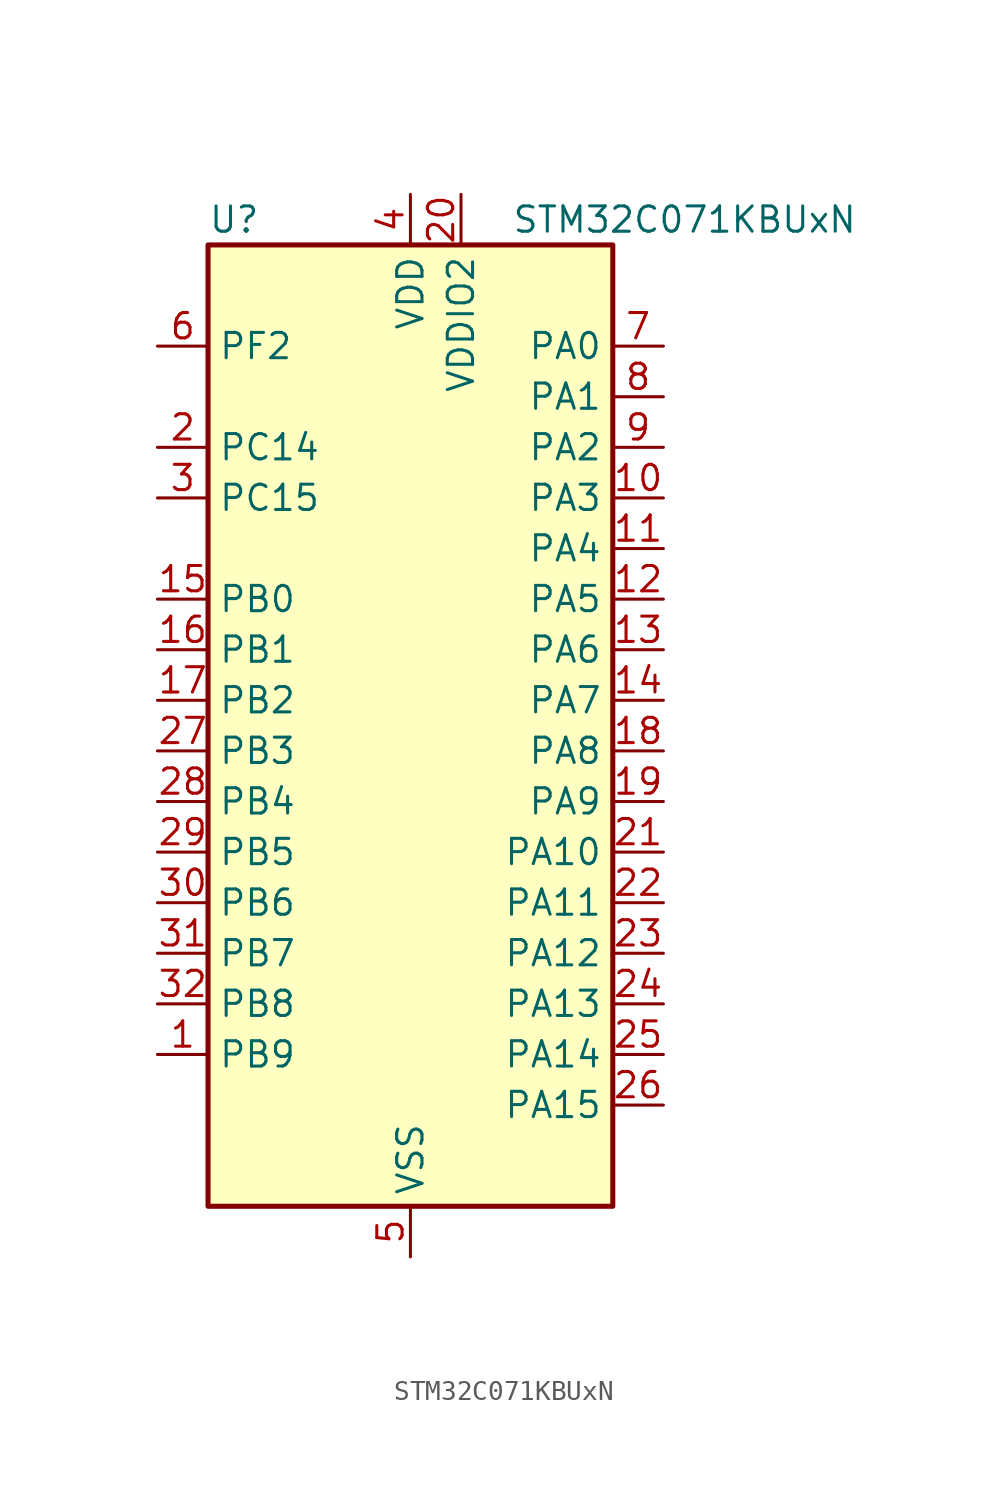
<source format=kicad_sym>
(kicad_symbol_lib
  (version 20241209)
  (generator "kicad_symbol_editor")
  (generator_version "9.0")
  (symbol "STM32C071KBUxN"
    (property "Reference" "U"
      (at -10.16 26.67 0)
      (effects (font (size 1.27 1.27)) (justify left)))
    (property "Value" "STM32C071KBUxN"
      (at 5.08 26.67 0)
      (effects (font (size 1.27 1.27)) (justify left)))
    (symbol "STM32C071KBUxN_0_1"
      (rectangle (start -10.16 -22.86) (end 10.16 25.4) (stroke (width 0.254) (type default)) (fill (type background))))
    (symbol "STM32C071KBUxN_1_1"
      (pin bidirectional line (at -12.7 20.32 0) (length 2.54) (name "PF2" (effects (font (size 1.27 1.27)))) (number "6" (effects (font (size 1.27 1.27)))) (alternate "RCC_MCO" bidirectional line) (alternate "TIM1_CH4" bidirectional line))
      (pin bidirectional line (at -12.7 15.24 0) (length 2.54) (name "PC14" (effects (font (size 1.27 1.27)))) (number "2" (effects (font (size 1.27 1.27)))) (alternate "I2C1_SDA" bidirectional line) (alternate "IR_OUT" bidirectional line) (alternate "RCC_OSCX_IN" bidirectional line) (alternate "SPI2_NSS" bidirectional line) (alternate "TIM17_CH1" bidirectional line) (alternate "TIM1_BKIN2" bidirectional line) (alternate "TIM1_ETR" bidirectional line) (alternate "TIM3_CH2" bidirectional line) (alternate "USART1_TX" bidirectional line) (alternate "USART2_CK" bidirectional line) (alternate "USART2_DE" bidirectional line) (alternate "USART2_RTS" bidirectional line))
      (pin bidirectional line (at -12.7 12.7 0) (length 2.54) (name "PC15" (effects (font (size 1.27 1.27)))) (number "3" (effects (font (size 1.27 1.27)))) (alternate "RCC_OSC32_EN" bidirectional line) (alternate "RCC_OSCX_OUT" bidirectional line) (alternate "RCC_OSC_EN" bidirectional line) (alternate "TIM1_ETR" bidirectional line) (alternate "TIM3_CH3" bidirectional line))
      (pin bidirectional line (at -12.7 7.62 0) (length 2.54) (name "PB0" (effects (font (size 1.27 1.27)))) (number "15" (effects (font (size 1.27 1.27)))) (alternate "ADC1_IN17" bidirectional line) (alternate "I2S1_WS" bidirectional line) (alternate "SPI1_NSS" bidirectional line) (alternate "TIM1_CH2N" bidirectional line) (alternate "TIM3_CH3" bidirectional line))
      (pin bidirectional line (at -12.7 5.08 0) (length 2.54) (name "PB1" (effects (font (size 1.27 1.27)))) (number "16" (effects (font (size 1.27 1.27)))) (alternate "ADC1_IN18" bidirectional line) (alternate "TIM14_CH1" bidirectional line) (alternate "TIM1_CH2N" bidirectional line) (alternate "TIM1_CH3N" bidirectional line) (alternate "TIM3_CH4" bidirectional line))
      (pin bidirectional line (at -12.7 2.54 0) (length 2.54) (name "PB2" (effects (font (size 1.27 1.27)))) (number "17" (effects (font (size 1.27 1.27)))) (alternate "ADC1_IN19" bidirectional line) (alternate "RCC_MCO2" bidirectional line) (alternate "SPI2_MISO" bidirectional line) (alternate "USART1_RX" bidirectional line))
      (pin bidirectional line (at -12.7 0 0) (length 2.54) (name "PB3" (effects (font (size 1.27 1.27)))) (number "27" (effects (font (size 1.27 1.27)))) (alternate "I2C2_SCL" bidirectional line) (alternate "I2S1_CK" bidirectional line) (alternate "SPI1_SCK" bidirectional line) (alternate "TIM1_CH2" bidirectional line) (alternate "TIM2_CH2" bidirectional line) (alternate "TIM3_CH2" bidirectional line) (alternate "USART1_CK" bidirectional line) (alternate "USART1_DE" bidirectional line) (alternate "USART1_RTS" bidirectional line))
      (pin bidirectional line (at -12.7 -2.54 0) (length 2.54) (name "PB4" (effects (font (size 1.27 1.27)))) (number "28" (effects (font (size 1.27 1.27)))) (alternate "I2C2_SDA" bidirectional line) (alternate "I2S1_MCK" bidirectional line) (alternate "SPI1_MISO" bidirectional line) (alternate "TIM17_BKIN" bidirectional line) (alternate "TIM3_CH1" bidirectional line) (alternate "USART1_CTS" bidirectional line) (alternate "USART1_NSS" bidirectional line))
      (pin bidirectional line (at -12.7 -5.08 0) (length 2.54) (name "PB5" (effects (font (size 1.27 1.27)))) (number "29" (effects (font (size 1.27 1.27)))) (alternate "I2C1_SMBA" bidirectional line) (alternate "I2S1_SD" bidirectional line) (alternate "PWR_WKUP6" bidirectional line) (alternate "SPI1_MOSI" bidirectional line) (alternate "TIM16_BKIN" bidirectional line) (alternate "TIM3_CH2" bidirectional line) (alternate "TIM3_CH3" bidirectional line))
      (pin bidirectional line (at -12.7 -7.62 0) (length 2.54) (name "PB6" (effects (font (size 1.27 1.27)))) (number "30" (effects (font (size 1.27 1.27)))) (alternate "I2C1_SCL" bidirectional line) (alternate "I2C1_SMBA" bidirectional line) (alternate "I2S1_CK" bidirectional line) (alternate "I2S1_MCK" bidirectional line) (alternate "I2S1_SD" bidirectional line) (alternate "PWR_WKUP3" bidirectional line) (alternate "SPI1_MISO" bidirectional line) (alternate "SPI1_MOSI" bidirectional line) (alternate "SPI1_SCK" bidirectional line) (alternate "SPI2_MISO" bidirectional line) (alternate "TIM16_BKIN" bidirectional line) (alternate "TIM16_CH1N" bidirectional line) (alternate "TIM17_BKIN" bidirectional line) (alternate "TIM1_CH2" bidirectional line) (alternate "TIM1_CH3" bidirectional line) (alternate "TIM3_CH1" bidirectional line) (alternate "TIM3_CH2" bidirectional line) (alternate "TIM3_CH3" bidirectional line) (alternate "USART1_CTS" bidirectional line) (alternate "USART1_NSS" bidirectional line) (alternate "USART1_TX" bidirectional line))
      (pin bidirectional line (at -12.7 -10.16 0) (length 2.54) (name "PB7" (effects (font (size 1.27 1.27)))) (number "31" (effects (font (size 1.27 1.27)))) (alternate "I2C1_SCL" bidirectional line) (alternate "I2C1_SDA" bidirectional line) (alternate "RTC_REFIN" bidirectional line) (alternate "SPI2_MOSI" bidirectional line) (alternate "TIM16_CH1" bidirectional line) (alternate "TIM17_CH1N" bidirectional line) (alternate "TIM1_CH4" bidirectional line) (alternate "TIM3_CH1" bidirectional line) (alternate "TIM3_CH4" bidirectional line) (alternate "USART1_RX" bidirectional line) (alternate "USART2_CTS" bidirectional line) (alternate "USART2_NSS" bidirectional line))
      (pin bidirectional line (at -12.7 -12.7 0) (length 2.54) (name "PB8" (effects (font (size 1.27 1.27)))) (number "32" (effects (font (size 1.27 1.27)))) (alternate "I2C1_SCL" bidirectional line) (alternate "SPI2_SCK" bidirectional line) (alternate "TIM16_CH1" bidirectional line) (alternate "TIM3_CH1" bidirectional line) (alternate "USART2_CTS" bidirectional line) (alternate "USART2_NSS" bidirectional line))
      (pin bidirectional line (at -12.7 -15.24 0) (length 2.54) (name "PB9" (effects (font (size 1.27 1.27)))) (number "1" (effects (font (size 1.27 1.27)))) (alternate "I2C1_SDA" bidirectional line) (alternate "IR_OUT" bidirectional line) (alternate "SPI2_NSS" bidirectional line) (alternate "TIM17_CH1" bidirectional line) (alternate "TIM3_CH2" bidirectional line) (alternate "USART2_CK" bidirectional line) (alternate "USART2_DE" bidirectional line) (alternate "USART2_RTS" bidirectional line))
      (pin power_in line (at 0 27.94 270) (length 2.54) (name "VDD" (effects (font (size 1.27 1.27)))) (number "4" (effects (font (size 1.27 1.27)))))
      (pin passive line (at 0 -25.4 90) (length 2.54) (hide yes) (name "VSS" (effects (font (size 1.27 1.27)))) (number "33" (effects (font (size 1.27 1.27)))))
      (pin power_in line (at 0 -25.4 90) (length 2.54) (name "VSS" (effects (font (size 1.27 1.27)))) (number "5" (effects (font (size 1.27 1.27)))))
      (pin power_in line (at 2.54 27.94 270) (length 2.54) (name "VDDIO2" (effects (font (size 1.27 1.27)))) (number "20" (effects (font (size 1.27 1.27)))))
      (pin bidirectional line (at 12.7 20.32 180) (length 2.54) (name "PA0" (effects (font (size 1.27 1.27)))) (number "7" (effects (font (size 1.27 1.27)))) (alternate "ADC1_IN0" bidirectional line) (alternate "PWR_WKUP1" bidirectional line) (alternate "SPI2_SCK" bidirectional line) (alternate "TIM16_CH1" bidirectional line) (alternate "TIM1_CH1" bidirectional line) (alternate "TIM2_CH1" bidirectional line) (alternate "TIM2_ETR" bidirectional line) (alternate "USART1_TX" bidirectional line) (alternate "USART2_CTS" bidirectional line) (alternate "USART2_NSS" bidirectional line))
      (pin bidirectional line (at 12.7 17.78 180) (length 2.54) (name "PA1" (effects (font (size 1.27 1.27)))) (number "8" (effects (font (size 1.27 1.27)))) (alternate "ADC1_IN1" bidirectional line) (alternate "I2C1_SMBA" bidirectional line) (alternate "I2S1_CK" bidirectional line) (alternate "SPI1_SCK" bidirectional line) (alternate "TIM17_CH1" bidirectional line) (alternate "TIM1_CH2" bidirectional line) (alternate "TIM2_CH2" bidirectional line) (alternate "USART1_RX" bidirectional line) (alternate "USART2_CK" bidirectional line) (alternate "USART2_DE" bidirectional line) (alternate "USART2_RTS" bidirectional line))
      (pin bidirectional line (at 12.7 15.24 180) (length 2.54) (name "PA2" (effects (font (size 1.27 1.27)))) (number "9" (effects (font (size 1.27 1.27)))) (alternate "ADC1_IN2" bidirectional line) (alternate "I2S1_SD" bidirectional line) (alternate "PWR_WKUP4" bidirectional line) (alternate "RCC_LSCO" bidirectional line) (alternate "SPI1_MOSI" bidirectional line) (alternate "TIM16_CH1N" bidirectional line) (alternate "TIM1_CH3" bidirectional line) (alternate "TIM2_CH3" bidirectional line) (alternate "TIM3_ETR" bidirectional line) (alternate "USART2_TX" bidirectional line))
      (pin bidirectional line (at 12.7 12.7 180) (length 2.54) (name "PA3" (effects (font (size 1.27 1.27)))) (number "10" (effects (font (size 1.27 1.27)))) (alternate "ADC1_IN3" bidirectional line) (alternate "SPI2_MISO" bidirectional line) (alternate "TIM1_CH1N" bidirectional line) (alternate "TIM1_CH4" bidirectional line) (alternate "TIM2_CH4" bidirectional line) (alternate "USART2_RX" bidirectional line))
      (pin bidirectional line (at 12.7 10.16 180) (length 2.54) (name "PA4" (effects (font (size 1.27 1.27)))) (number "11" (effects (font (size 1.27 1.27)))) (alternate "ADC1_IN4" bidirectional line) (alternate "I2S1_WS" bidirectional line) (alternate "PWR_WKUP2" bidirectional line) (alternate "RTC_OUT1" bidirectional line) (alternate "RTC_TS" bidirectional line) (alternate "SPI1_NSS" bidirectional line) (alternate "SPI2_MOSI" bidirectional line) (alternate "TIM14_CH1" bidirectional line) (alternate "TIM17_CH1N" bidirectional line) (alternate "TIM1_CH2N" bidirectional line) (alternate "USART2_TX" bidirectional line) (alternate "USB_NOE" bidirectional line))
      (pin bidirectional line (at 12.7 7.62 180) (length 2.54) (name "PA5" (effects (font (size 1.27 1.27)))) (number "12" (effects (font (size 1.27 1.27)))) (alternate "ADC1_IN5" bidirectional line) (alternate "I2S1_CK" bidirectional line) (alternate "SPI1_SCK" bidirectional line) (alternate "TIM1_CH1" bidirectional line) (alternate "TIM1_CH3N" bidirectional line) (alternate "TIM2_CH1" bidirectional line) (alternate "TIM2_ETR" bidirectional line) (alternate "USART2_RX" bidirectional line))
      (pin bidirectional line (at 12.7 5.08 180) (length 2.54) (name "PA6" (effects (font (size 1.27 1.27)))) (number "13" (effects (font (size 1.27 1.27)))) (alternate "ADC1_IN6" bidirectional line) (alternate "I2C2_SDA" bidirectional line) (alternate "I2S1_MCK" bidirectional line) (alternate "SPI1_MISO" bidirectional line) (alternate "TIM16_CH1" bidirectional line) (alternate "TIM1_BKIN" bidirectional line) (alternate "TIM3_CH1" bidirectional line))
      (pin bidirectional line (at 12.7 2.54 180) (length 2.54) (name "PA7" (effects (font (size 1.27 1.27)))) (number "14" (effects (font (size 1.27 1.27)))) (alternate "ADC1_IN7" bidirectional line) (alternate "I2C2_SCL" bidirectional line) (alternate "I2S1_SD" bidirectional line) (alternate "SPI1_MOSI" bidirectional line) (alternate "TIM14_CH1" bidirectional line) (alternate "TIM17_CH1" bidirectional line) (alternate "TIM1_CH1N" bidirectional line) (alternate "TIM3_CH2" bidirectional line))
      (pin bidirectional line (at 12.7 0 180) (length 2.54) (name "PA8" (effects (font (size 1.27 1.27)))) (number "18" (effects (font (size 1.27 1.27)))) (alternate "ADC1_IN8" bidirectional line) (alternate "CRS_SYNC" bidirectional line) (alternate "I2S1_WS" bidirectional line) (alternate "RCC_MCO" bidirectional line) (alternate "RCC_MCO2" bidirectional line) (alternate "SPI1_NSS" bidirectional line) (alternate "SPI2_MISO" bidirectional line) (alternate "SPI2_NSS" bidirectional line) (alternate "TIM14_CH1" bidirectional line) (alternate "TIM1_CH1" bidirectional line) (alternate "TIM1_CH2N" bidirectional line) (alternate "TIM1_CH3N" bidirectional line) (alternate "TIM3_CH3" bidirectional line) (alternate "TIM3_CH4" bidirectional line) (alternate "USART1_RX" bidirectional line) (alternate "USART2_TX" bidirectional line))
      (pin bidirectional line (at 12.7 -2.54 180) (length 2.54) (name "PA9" (effects (font (size 1.27 1.27)))) (number "19" (effects (font (size 1.27 1.27)))) (alternate "I2C1_SCL" bidirectional line) (alternate "I2C2_SCL" bidirectional line) (alternate "RCC_MCO" bidirectional line) (alternate "SPI2_MISO" bidirectional line) (alternate "TIM1_CH2" bidirectional line) (alternate "TIM3_ETR" bidirectional line) (alternate "USART1_TX" bidirectional line))
      (pin bidirectional line (at 12.7 -5.08 180) (length 2.54) (name "PA10" (effects (font (size 1.27 1.27)))) (number "21" (effects (font (size 1.27 1.27)))) (alternate "I2C1_SDA" bidirectional line) (alternate "I2C2_SDA" bidirectional line) (alternate "RCC_MCO2" bidirectional line) (alternate "SPI2_MOSI" bidirectional line) (alternate "TIM17_BKIN" bidirectional line) (alternate "TIM1_CH3" bidirectional line) (alternate "USART1_RX" bidirectional line))
      (pin bidirectional line (at 12.7 -7.62 180) (length 2.54) (name "PA11" (effects (font (size 1.27 1.27)))) (number "22" (effects (font (size 1.27 1.27)))) (alternate "ADC1_EXTI11" bidirectional line) (alternate "I2C2_SCL" bidirectional line) (alternate "I2S1_MCK" bidirectional line) (alternate "SPI1_MISO" bidirectional line) (alternate "TIM1_BKIN2" bidirectional line) (alternate "TIM1_CH4" bidirectional line) (alternate "USART1_CTS" bidirectional line) (alternate "USART1_NSS" bidirectional line) (alternate "USB_DM" bidirectional line))
      (pin bidirectional line (at 12.7 -10.16 180) (length 2.54) (name "PA12" (effects (font (size 1.27 1.27)))) (number "23" (effects (font (size 1.27 1.27)))) (alternate "I2C2_SDA" bidirectional line) (alternate "I2S1_SD" bidirectional line) (alternate "I2S_CKIN" bidirectional line) (alternate "SPI1_MOSI" bidirectional line) (alternate "TIM1_ETR" bidirectional line) (alternate "USART1_CK" bidirectional line) (alternate "USART1_DE" bidirectional line) (alternate "USART1_RTS" bidirectional line) (alternate "USB_DP" bidirectional line))
      (pin bidirectional line (at 12.7 -12.7 180) (length 2.54) (name "PA13" (effects (font (size 1.27 1.27)))) (number "24" (effects (font (size 1.27 1.27)))) (alternate "ADC1_IN13" bidirectional line) (alternate "DEBUG_SWDIO" bidirectional line) (alternate "IR_OUT" bidirectional line) (alternate "TIM3_ETR" bidirectional line) (alternate "USART2_RX" bidirectional line) (alternate "USB_NOE" bidirectional line))
      (pin bidirectional line (at 12.7 -15.24 180) (length 2.54) (name "PA14" (effects (font (size 1.27 1.27)))) (number "25" (effects (font (size 1.27 1.27)))) (alternate "ADC1_IN14" bidirectional line) (alternate "DEBUG_SWCLK" bidirectional line) (alternate "I2S1_WS" bidirectional line) (alternate "RCC_MCO2" bidirectional line) (alternate "SPI1_NSS" bidirectional line) (alternate "TIM1_CH1" bidirectional line) (alternate "USART1_CK" bidirectional line) (alternate "USART1_DE" bidirectional line) (alternate "USART1_RTS" bidirectional line) (alternate "USART2_RX" bidirectional line) (alternate "USART2_TX" bidirectional line))
      (pin bidirectional line (at 12.7 -17.78 180) (length 2.54) (name "PA15" (effects (font (size 1.27 1.27)))) (number "26" (effects (font (size 1.27 1.27)))) (alternate "I2S1_WS" bidirectional line) (alternate "RCC_MCO2" bidirectional line) (alternate "SPI1_NSS" bidirectional line) (alternate "TIM1_CH1" bidirectional line) (alternate "TIM2_CH1" bidirectional line) (alternate "TIM2_ETR" bidirectional line) (alternate "USART1_CK" bidirectional line) (alternate "USART1_DE" bidirectional line) (alternate "USART1_RTS" bidirectional line) (alternate "USART2_RX" bidirectional line) (alternate "USB_NOE" bidirectional line)))))
</source>
